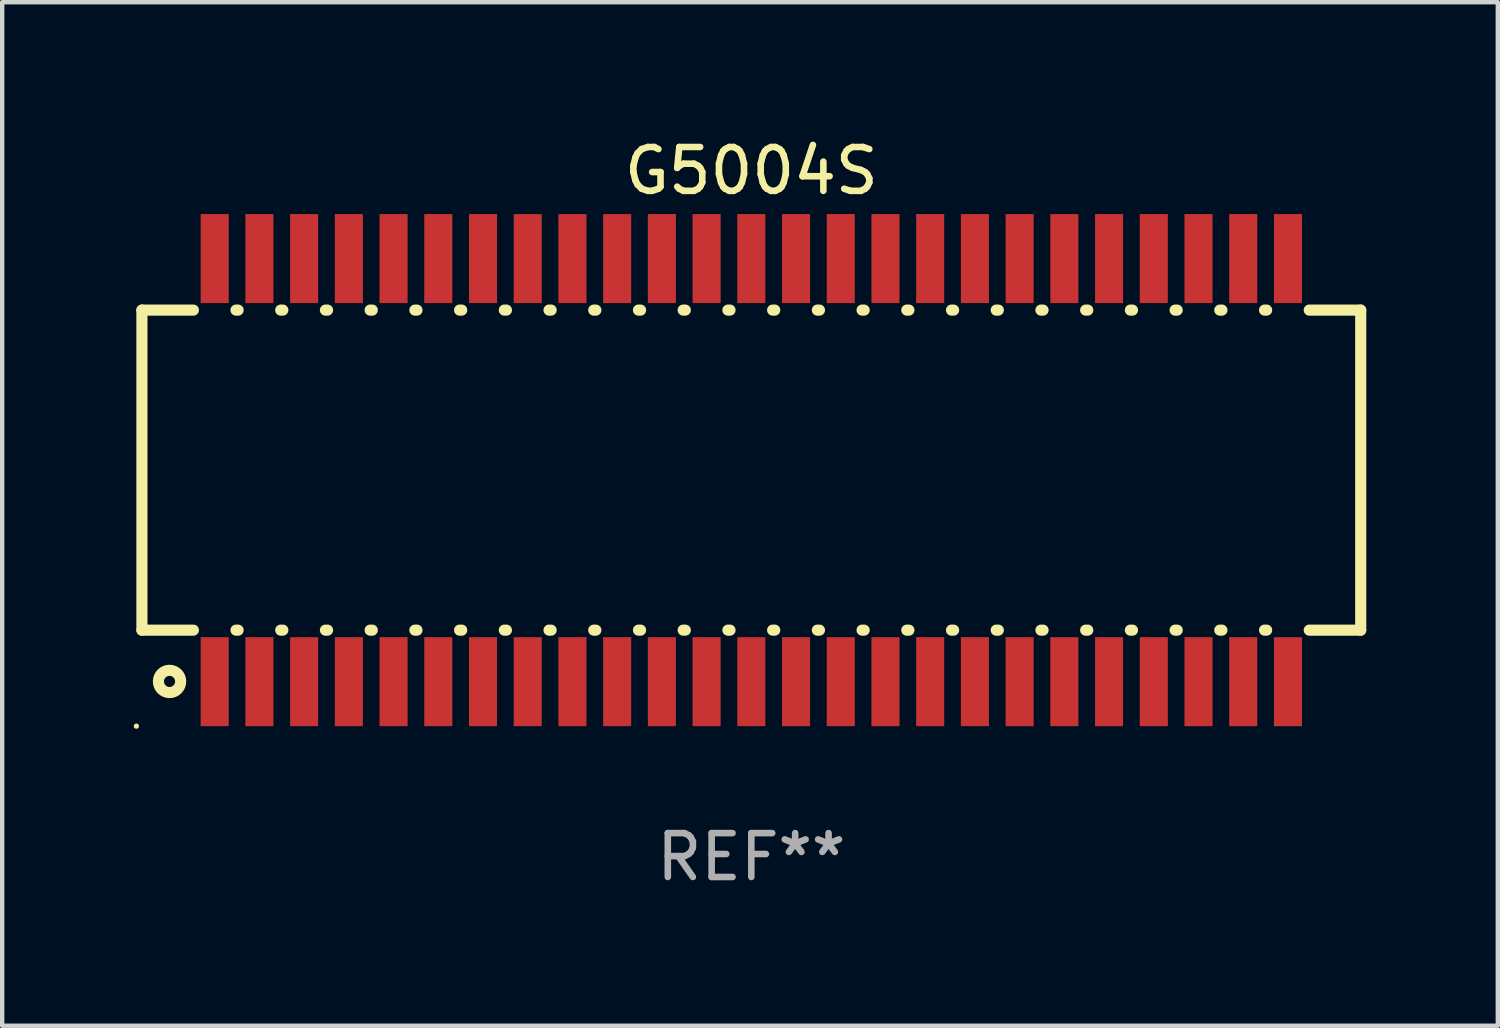
<source format=kicad_pcb>
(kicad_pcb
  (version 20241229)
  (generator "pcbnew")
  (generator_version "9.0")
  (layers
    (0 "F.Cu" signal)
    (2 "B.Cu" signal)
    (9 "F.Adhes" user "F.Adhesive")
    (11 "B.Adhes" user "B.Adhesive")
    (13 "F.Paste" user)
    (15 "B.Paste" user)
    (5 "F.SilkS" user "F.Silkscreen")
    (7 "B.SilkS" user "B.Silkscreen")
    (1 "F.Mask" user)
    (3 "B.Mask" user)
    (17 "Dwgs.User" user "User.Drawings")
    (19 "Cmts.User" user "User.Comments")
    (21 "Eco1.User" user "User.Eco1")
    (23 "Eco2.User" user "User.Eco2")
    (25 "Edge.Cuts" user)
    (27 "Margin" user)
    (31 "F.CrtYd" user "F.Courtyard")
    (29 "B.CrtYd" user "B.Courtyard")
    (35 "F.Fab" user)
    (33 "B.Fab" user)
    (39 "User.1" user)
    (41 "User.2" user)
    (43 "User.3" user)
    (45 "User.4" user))
  (footprint "G5004S"
    (layer "F.Cu")
    (at 14.087 7.673)
    (property "Reference" "G5004S" (at 0 -6.825 0) (layer "F.SilkS") (effects (font (size 1 1) (thickness 0.15))))
    (attr through_hole)
    (fp_line (start -13.9 -3.65) (end -13.9 3.65) (stroke (width 0.254) (type solid)) (layer "F.SilkS"))
    (fp_line (start -13.9 -3.65) (end -12.726 -3.65) (stroke (width 0.254) (type solid)) (layer "F.SilkS"))
    (fp_line (start -13.9 3.65) (end -12.726 3.65) (stroke (width 0.254) (type solid)) (layer "F.SilkS"))
    (fp_line (start -11.754 -3.65) (end -11.706 -3.65) (stroke (width 0.254) (type solid)) (layer "F.SilkS"))
    (fp_line (start -11.754 3.65) (end -11.706 3.65) (stroke (width 0.254) (type solid)) (layer "F.SilkS"))
    (fp_line (start -10.734 -3.65) (end -10.686 -3.65) (stroke (width 0.254) (type solid)) (layer "F.SilkS"))
    (fp_line (start -10.734 3.65) (end -10.686 3.65) (stroke (width 0.254) (type solid)) (layer "F.SilkS"))
    (fp_line (start -9.714 -3.65) (end -9.666 -3.65) (stroke (width 0.254) (type solid)) (layer "F.SilkS"))
    (fp_line (start -9.714 3.65) (end -9.666 3.65) (stroke (width 0.254) (type solid)) (layer "F.SilkS"))
    (fp_line (start -8.694 -3.65) (end -8.646 -3.65) (stroke (width 0.254) (type solid)) (layer "F.SilkS"))
    (fp_line (start -8.694 3.65) (end -8.646 3.65) (stroke (width 0.254) (type solid)) (layer "F.SilkS"))
    (fp_line (start -7.674 -3.65) (end -7.626 -3.65) (stroke (width 0.254) (type solid)) (layer "F.SilkS"))
    (fp_line (start -7.674 3.65) (end -7.626 3.65) (stroke (width 0.254) (type solid)) (layer "F.SilkS"))
    (fp_line (start -6.654 -3.65) (end -6.606 -3.65) (stroke (width 0.254) (type solid)) (layer "F.SilkS"))
    (fp_line (start -6.654 3.65) (end -6.606 3.65) (stroke (width 0.254) (type solid)) (layer "F.SilkS"))
    (fp_line (start -5.634 -3.65) (end -5.586 -3.65) (stroke (width 0.254) (type solid)) (layer "F.SilkS"))
    (fp_line (start -5.634 3.65) (end -5.586 3.65) (stroke (width 0.254) (type solid)) (layer "F.SilkS"))
    (fp_line (start -4.614 -3.65) (end -4.566 -3.65) (stroke (width 0.254) (type solid)) (layer "F.SilkS"))
    (fp_line (start -4.614 3.65) (end -4.566 3.65) (stroke (width 0.254) (type solid)) (layer "F.SilkS"))
    (fp_line (start -3.594 -3.65) (end -3.546 -3.65) (stroke (width 0.254) (type solid)) (layer "F.SilkS"))
    (fp_line (start -3.594 3.65) (end -3.546 3.65) (stroke (width 0.254) (type solid)) (layer "F.SilkS"))
    (fp_line (start -2.574 -3.65) (end -2.526 -3.65) (stroke (width 0.254) (type solid)) (layer "F.SilkS"))
    (fp_line (start -2.574 3.65) (end -2.526 3.65) (stroke (width 0.254) (type solid)) (layer "F.SilkS"))
    (fp_line (start -1.554 -3.65) (end -1.506 -3.65) (stroke (width 0.254) (type solid)) (layer "F.SilkS"))
    (fp_line (start -1.554 3.65) (end -1.506 3.65) (stroke (width 0.254) (type solid)) (layer "F.SilkS"))
    (fp_line (start -0.534 -3.65) (end -0.486 -3.65) (stroke (width 0.254) (type solid)) (layer "F.SilkS"))
    (fp_line (start -0.534 3.65) (end -0.486 3.65) (stroke (width 0.254) (type solid)) (layer "F.SilkS"))
    (fp_line (start 0.486 -3.65) (end 0.534 -3.65) (stroke (width 0.254) (type solid)) (layer "F.SilkS"))
    (fp_line (start 0.486 3.65) (end 0.534 3.65) (stroke (width 0.254) (type solid)) (layer "F.SilkS"))
    (fp_line (start 1.506 -3.65) (end 1.554 -3.65) (stroke (width 0.254) (type solid)) (layer "F.SilkS"))
    (fp_line (start 1.506 3.65) (end 1.554 3.65) (stroke (width 0.254) (type solid)) (layer "F.SilkS"))
    (fp_line (start 2.526 -3.65) (end 2.574 -3.65) (stroke (width 0.254) (type solid)) (layer "F.SilkS"))
    (fp_line (start 2.526 3.65) (end 2.574 3.65) (stroke (width 0.254) (type solid)) (layer "F.SilkS"))
    (fp_line (start 3.546 -3.65) (end 3.594 -3.65) (stroke (width 0.254) (type solid)) (layer "F.SilkS"))
    (fp_line (start 3.546 3.65) (end 3.594 3.65) (stroke (width 0.254) (type solid)) (layer "F.SilkS"))
    (fp_line (start 4.566 -3.65) (end 4.614 -3.65) (stroke (width 0.254) (type solid)) (layer "F.SilkS"))
    (fp_line (start 4.566 3.65) (end 4.614 3.65) (stroke (width 0.254) (type solid)) (layer "F.SilkS"))
    (fp_line (start 5.586 -3.65) (end 5.634 -3.65) (stroke (width 0.254) (type solid)) (layer "F.SilkS"))
    (fp_line (start 5.586 3.65) (end 5.634 3.65) (stroke (width 0.254) (type solid)) (layer "F.SilkS"))
    (fp_line (start 6.606 -3.65) (end 6.654 -3.65) (stroke (width 0.254) (type solid)) (layer "F.SilkS"))
    (fp_line (start 6.606 3.65) (end 6.654 3.65) (stroke (width 0.254) (type solid)) (layer "F.SilkS"))
    (fp_line (start 7.626 -3.65) (end 7.674 -3.65) (stroke (width 0.254) (type solid)) (layer "F.SilkS"))
    (fp_line (start 7.626 3.65) (end 7.674 3.65) (stroke (width 0.254) (type solid)) (layer "F.SilkS"))
    (fp_line (start 8.646 -3.65) (end 8.694 -3.65) (stroke (width 0.254) (type solid)) (layer "F.SilkS"))
    (fp_line (start 8.646 3.65) (end 8.694 3.65) (stroke (width 0.254) (type solid)) (layer "F.SilkS"))
    (fp_line (start 9.666 -3.65) (end 9.714 -3.65) (stroke (width 0.254) (type solid)) (layer "F.SilkS"))
    (fp_line (start 9.666 3.65) (end 9.714 3.65) (stroke (width 0.254) (type solid)) (layer "F.SilkS"))
    (fp_line (start 10.686 -3.65) (end 10.734 -3.65) (stroke (width 0.254) (type solid)) (layer "F.SilkS"))
    (fp_line (start 10.686 3.65) (end 10.734 3.65) (stroke (width 0.254) (type solid)) (layer "F.SilkS"))
    (fp_line (start 11.706 -3.65) (end 11.754 -3.65) (stroke (width 0.254) (type solid)) (layer "F.SilkS"))
    (fp_line (start 11.706 3.65) (end 11.754 3.65) (stroke (width 0.254) (type solid)) (layer "F.SilkS"))
    (fp_line (start 12.726 -3.65) (end 13.9 -3.65) (stroke (width 0.254) (type solid)) (layer "F.SilkS"))
    (fp_line (start 12.726 3.65) (end 13.9 3.65) (stroke (width 0.254) (type solid)) (layer "F.SilkS"))
    (fp_line (start 13.9 -3.65) (end 13.9 3.65) (stroke (width 0.254) (type solid)) (layer "F.SilkS"))
    (fp_circle (center -14.027 5.84) (end -13.997 5.84) (stroke (width 0.06) (type solid)) (fill no) (layer "F.SilkS"))
    (fp_circle (center -13.27 4.82) (end -13.016 4.82) (stroke (width 0.254) (type solid)) (fill no) (layer "F.SilkS"))
    (fp_text user "REF**" (at 0 8.825 0) (layer "F.Fab") (effects (font (size 1 1) (thickness 0.15))))
    (pad "1" smd rect (at -12.24 4.825) (size 0.64 2.03) (layers "F.Cu" "F.Mask" "F.Paste"))
    (pad "2" smd rect (at -11.22 4.825) (size 0.64 2.03) (layers "F.Cu" "F.Mask" "F.Paste"))
    (pad "3" smd rect (at -10.2 4.825) (size 0.64 2.03) (layers "F.Cu" "F.Mask" "F.Paste"))
    (pad "4" smd rect (at -9.18 4.825) (size 0.64 2.03) (layers "F.Cu" "F.Mask" "F.Paste"))
    (pad "5" smd rect (at -8.16 4.825) (size 0.64 2.03) (layers "F.Cu" "F.Mask" "F.Paste"))
    (pad "6" smd rect (at -7.14 4.825) (size 0.64 2.03) (layers "F.Cu" "F.Mask" "F.Paste"))
    (pad "7" smd rect (at -6.12 4.825) (size 0.64 2.03) (layers "F.Cu" "F.Mask" "F.Paste"))
    (pad "8" smd rect (at -5.1 4.825) (size 0.64 2.03) (layers "F.Cu" "F.Mask" "F.Paste"))
    (pad "9" smd rect (at -4.08 4.825) (size 0.64 2.03) (layers "F.Cu" "F.Mask" "F.Paste"))
    (pad "10" smd rect (at -3.06 4.825) (size 0.64 2.03) (layers "F.Cu" "F.Mask" "F.Paste"))
    (pad "11" smd rect (at -2.04 4.825) (size 0.64 2.03) (layers "F.Cu" "F.Mask" "F.Paste"))
    (pad "12" smd rect (at -1.02 4.825) (size 0.64 2.03) (layers "F.Cu" "F.Mask" "F.Paste"))
    (pad "13" smd rect (at -0.000102 4.825) (size 0.64 2.03) (layers "F.Cu" "F.Mask" "F.Paste"))
    (pad "14" smd rect (at 1.02 4.825) (size 0.64 2.03) (layers "F.Cu" "F.Mask" "F.Paste"))
    (pad "15" smd rect (at 2.04 4.825) (size 0.64 2.03) (layers "F.Cu" "F.Mask" "F.Paste"))
    (pad "16" smd rect (at 3.06 4.825) (size 0.64 2.03) (layers "F.Cu" "F.Mask" "F.Paste"))
    (pad "17" smd rect (at 4.08 4.825) (size 0.64 2.03) (layers "F.Cu" "F.Mask" "F.Paste"))
    (pad "18" smd rect (at 5.1 4.825) (size 0.64 2.03) (layers "F.Cu" "F.Mask" "F.Paste"))
    (pad "19" smd rect (at 6.12 4.825) (size 0.64 2.03) (layers "F.Cu" "F.Mask" "F.Paste"))
    (pad "20" smd rect (at 7.14 4.825) (size 0.64 2.03) (layers "F.Cu" "F.Mask" "F.Paste"))
    (pad "21" smd rect (at 8.16 4.825) (size 0.64 2.03) (layers "F.Cu" "F.Mask" "F.Paste"))
    (pad "22" smd rect (at 9.18 4.825) (size 0.64 2.03) (layers "F.Cu" "F.Mask" "F.Paste"))
    (pad "23" smd rect (at 10.2 4.825) (size 0.64 2.03) (layers "F.Cu" "F.Mask" "F.Paste"))
    (pad "24" smd rect (at 11.22 4.825) (size 0.64 2.03) (layers "F.Cu" "F.Mask" "F.Paste"))
    (pad "25" smd rect (at 12.24 4.825) (size 0.64 2.03) (layers "F.Cu" "F.Mask" "F.Paste"))
    (pad "26" smd rect (at 12.24 -4.825) (size 0.64 2.03) (layers "F.Cu" "F.Mask" "F.Paste"))
    (pad "27" smd rect (at 11.22 -4.825) (size 0.64 2.03) (layers "F.Cu" "F.Mask" "F.Paste"))
    (pad "28" smd rect (at 10.2 -4.825) (size 0.64 2.03) (layers "F.Cu" "F.Mask" "F.Paste"))
    (pad "29" smd rect (at 9.18 -4.825) (size 0.64 2.03) (layers "F.Cu" "F.Mask" "F.Paste"))
    (pad "30" smd rect (at 8.16 -4.825) (size 0.64 2.03) (layers "F.Cu" "F.Mask" "F.Paste"))
    (pad "31" smd rect (at 7.14 -4.825) (size 0.64 2.03) (layers "F.Cu" "F.Mask" "F.Paste"))
    (pad "32" smd rect (at 6.12 -4.825) (size 0.64 2.03) (layers "F.Cu" "F.Mask" "F.Paste"))
    (pad "33" smd rect (at 5.1 -4.825) (size 0.64 2.03) (layers "F.Cu" "F.Mask" "F.Paste"))
    (pad "34" smd rect (at 4.08 -4.825) (size 0.64 2.03) (layers "F.Cu" "F.Mask" "F.Paste"))
    (pad "35" smd rect (at 3.06 -4.825) (size 0.64 2.03) (layers "F.Cu" "F.Mask" "F.Paste"))
    (pad "36" smd rect (at 2.04 -4.825) (size 0.64 2.03) (layers "F.Cu" "F.Mask" "F.Paste"))
    (pad "37" smd rect (at 1.02 -4.825) (size 0.64 2.03) (layers "F.Cu" "F.Mask" "F.Paste"))
    (pad "38" smd rect (at -0.000102 -4.825) (size 0.64 2.03) (layers "F.Cu" "F.Mask" "F.Paste"))
    (pad "39" smd rect (at -1.02 -4.825) (size 0.64 2.03) (layers "F.Cu" "F.Mask" "F.Paste"))
    (pad "40" smd rect (at -2.04 -4.825) (size 0.64 2.03) (layers "F.Cu" "F.Mask" "F.Paste"))
    (pad "41" smd rect (at -3.06 -4.825) (size 0.64 2.03) (layers "F.Cu" "F.Mask" "F.Paste"))
    (pad "42" smd rect (at -4.08 -4.825) (size 0.64 2.03) (layers "F.Cu" "F.Mask" "F.Paste"))
    (pad "43" smd rect (at -5.1 -4.825) (size 0.64 2.03) (layers "F.Cu" "F.Mask" "F.Paste"))
    (pad "44" smd rect (at -6.12 -4.825) (size 0.64 2.03) (layers "F.Cu" "F.Mask" "F.Paste"))
    (pad "45" smd rect (at -7.14 -4.825) (size 0.64 2.03) (layers "F.Cu" "F.Mask" "F.Paste"))
    (pad "46" smd rect (at -8.16 -4.825) (size 0.64 2.03) (layers "F.Cu" "F.Mask" "F.Paste"))
    (pad "47" smd rect (at -9.18 -4.825) (size 0.64 2.03) (layers "F.Cu" "F.Mask" "F.Paste"))
    (pad "48" smd rect (at -10.2 -4.825) (size 0.64 2.03) (layers "F.Cu" "F.Mask" "F.Paste"))
    (pad "49" smd rect (at -11.22 -4.825) (size 0.64 2.03) (layers "F.Cu" "F.Mask" "F.Paste"))
    (pad "50" smd rect (at -12.24 -4.825) (size 0.64 2.03) (layers "F.Cu" "F.Mask" "F.Paste")))
  (gr_rect
    (start -3 -3)
    (end 31.114 20.346)
    (stroke (width 0.1) (type default))
    (fill no)
    (layer "Edge.Cuts")))
</source>
